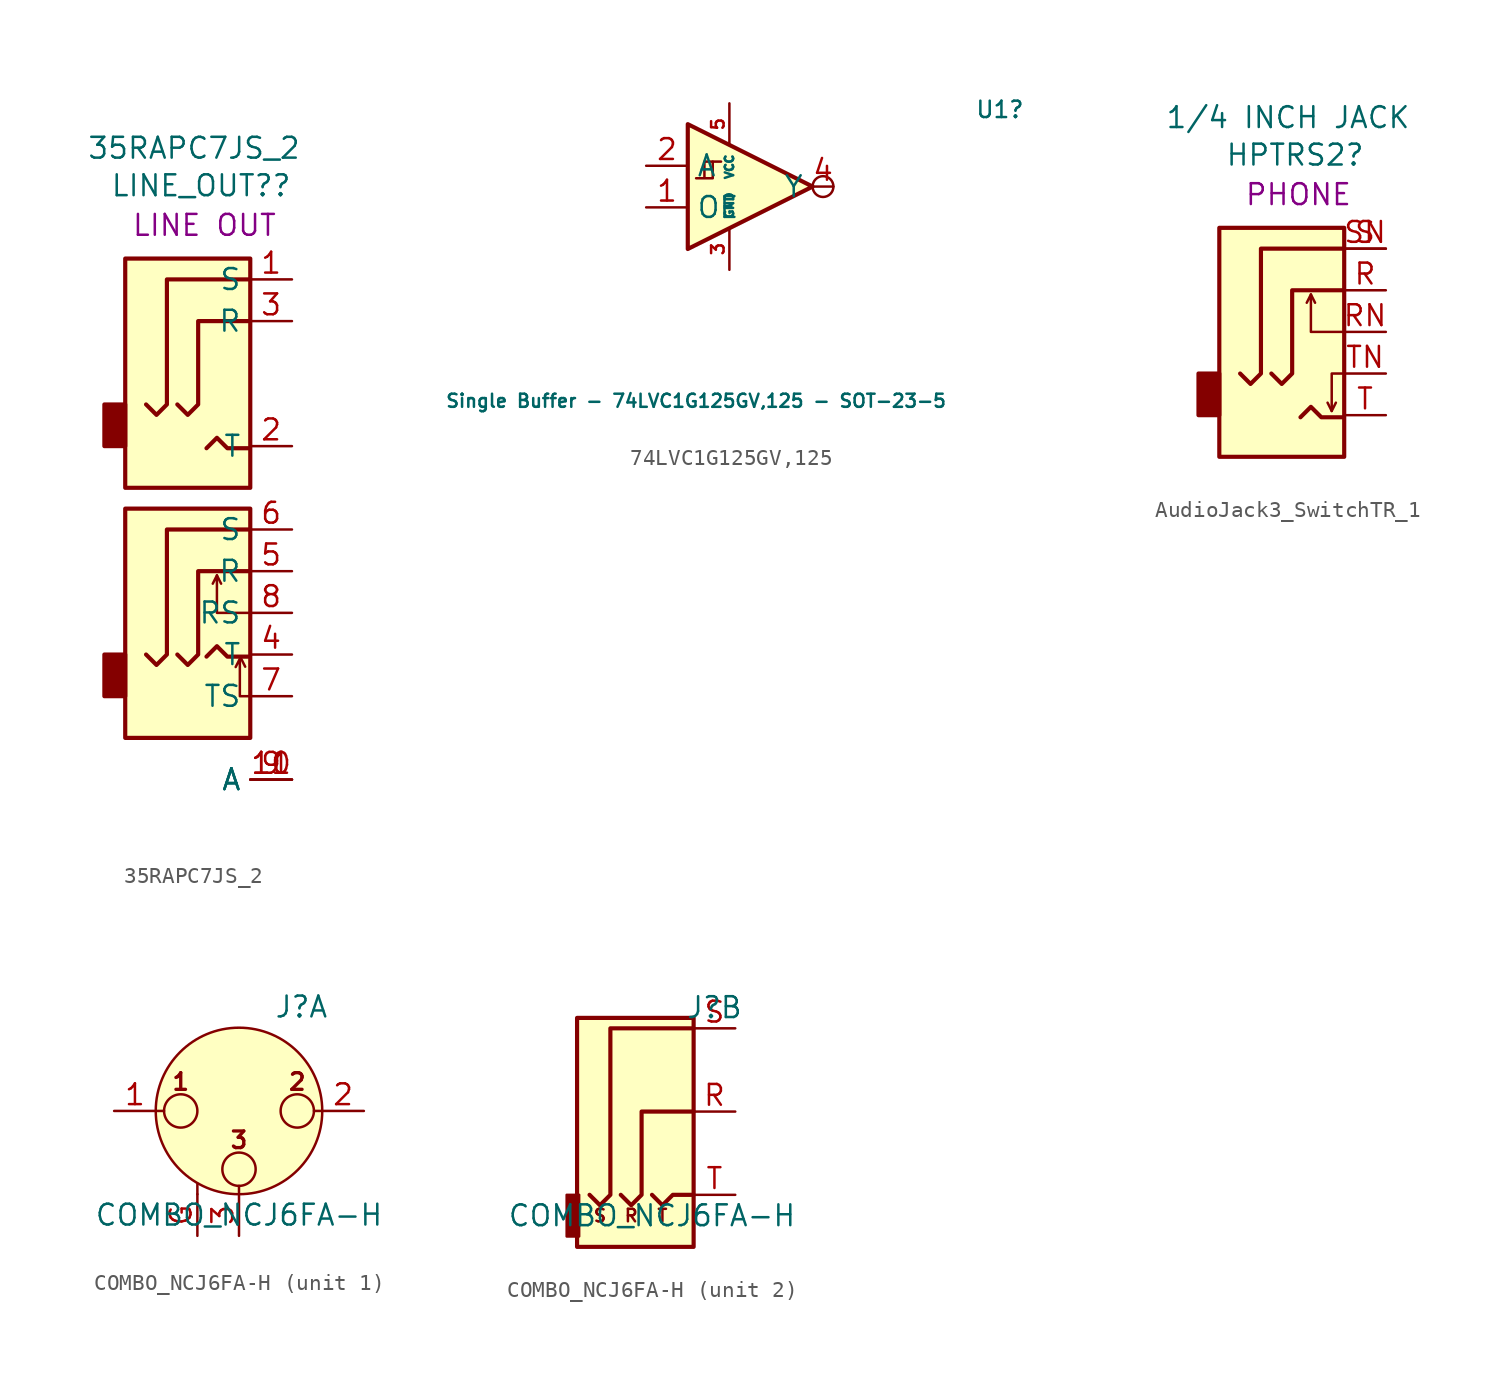
<source format=kicad_sym>
(kicad_symbol_lib
  (version 20241209)
  (generator "kicad_symbol_editor")
  (generator_version "9.0")
  (symbol "35RAPC7JS_2"
    (property "Reference" "LINE_OUT?"
      (at -0.457 8.255 0)
      (effects (font (size 1.27 1.27))))
    (property "Value" "35RAPC7JS_2"
      (at -0.889 10.541 0)
      (effects (font (size 1.27 1.27))))
    (property "Label" "LINE OUT"
      (at -0.254 5.842 0)
      (effects (font (size 1.27 1.27))))
    (symbol "35RAPC7JS_2_0_1"
      (rectangle (start -5.08 -5.08) (end -6.35 -7.62) (stroke (width 0.254) (type default)) (fill (type outline)))
      (rectangle (start -5.08 -20.32) (end -6.35 -22.86) (stroke (width 0.254) (type default)) (fill (type outline)))
      (polyline (pts (xy -1.905 -5.08) (xy -1.27 -5.715) (xy -0.635 -5.08) (xy -0.635 0) (xy 2.54 0)) (stroke (width 0.254) (type default)) (fill (type none)))
      (polyline (pts (xy -1.905 -20.32) (xy -1.27 -20.955) (xy -0.635 -20.32) (xy -0.635 -15.24) (xy 2.54 -15.24)) (stroke (width 0.254) (type default)) (fill (type none)))
      (polyline (pts (xy 0.508 -15.494) (xy 0.762 -16.002)) (stroke (width 0) (type default)) (fill (type none)))
      (polyline (pts (xy 2.23 -21.061) (xy 1.976 -20.553)) (stroke (width 0) (type default)) (fill (type none)))
      (polyline (pts (xy 2.413 -7.747) (xy 1.143 -7.747) (xy 0.508 -7.112) (xy -0.127 -7.747)) (stroke (width 0.254) (type default)) (fill (type none)))
      (polyline (pts (xy 2.413 -20.447) (xy 1.143 -20.447) (xy 0.508 -19.812) (xy -0.127 -20.447)) (stroke (width 0.254) (type default)) (fill (type none)))
      (rectangle (start 2.54 3.81) (end -5.08 -10.16) (stroke (width 0.254) (type default)) (fill (type background)))
      (polyline (pts (xy 2.54 2.54) (xy -2.54 2.54) (xy -2.54 -5.08) (xy -3.175 -5.715) (xy -3.81 -5.08)) (stroke (width 0.254) (type default)) (fill (type none)))
      (rectangle (start 2.54 -11.43) (end -5.08 -25.4) (stroke (width 0.254) (type default)) (fill (type background)))
      (polyline (pts (xy 2.54 -12.7) (xy -2.54 -12.7) (xy -2.54 -20.32) (xy -3.175 -20.955) (xy -3.81 -20.32)) (stroke (width 0.254) (type default)) (fill (type none)))
      (polyline (pts (xy 2.54 -17.78) (xy 0.508 -17.78) (xy 0.508 -15.494) (xy 0.254 -16.002)) (stroke (width 0) (type default)) (fill (type none)))
      (polyline (pts (xy 2.54 -22.86) (xy 1.905 -22.86) (xy 1.905 -20.574) (xy 1.651 -21.082)) (stroke (width 0) (type default)) (fill (type none))))
    (symbol "35RAPC7JS_2_1_1"
      (pin passive line (at 5.08 2.54 180) (length 2.54) (name "S" (effects (font (size 1.27 1.27)))) (number "1" (effects (font (size 1.27 1.27)))))
      (pin passive line (at 5.08 0 180) (length 2.54) (name "R" (effects (font (size 1.27 1.27)))) (number "3" (effects (font (size 1.27 1.27)))))
      (pin passive line (at 5.08 -7.62 180) (length 2.54) (name "T" (effects (font (size 1.27 1.27)))) (number "2" (effects (font (size 1.27 1.27)))))
      (pin passive line (at 5.08 -12.7 180) (length 2.54) (name "S" (effects (font (size 1.27 1.27)))) (number "6" (effects (font (size 1.27 1.27)))))
      (pin passive line (at 5.08 -15.24 180) (length 2.54) (name "R" (effects (font (size 1.27 1.27)))) (number "5" (effects (font (size 1.27 1.27)))))
      (pin passive line (at 5.08 -17.78 180) (length 2.54) (name "RS" (effects (font (size 1.27 1.27)))) (number "8" (effects (font (size 1.27 1.27)))))
      (pin passive line (at 5.08 -20.32 180) (length 2.54) (name "T" (effects (font (size 1.27 1.27)))) (number "4" (effects (font (size 1.27 1.27)))))
      (pin passive line (at 5.08 -22.86 180) (length 2.54) (name "TS" (effects (font (size 1.27 1.27)))) (number "7" (effects (font (size 1.27 1.27)))))
      (pin passive line (at 5.08 -27.94 180) (length 2.54) (name "A" (effects (font (size 1.27 1.27)))) (number "10" (effects (font (size 1.27 1.27)))))
      (pin passive line (at 5.08 -27.94 180) (length 2.54) (name "A" (effects (font (size 1.27 1.27)))) (number "11" (effects (font (size 1.27 1.27)))))
      (pin passive line (at 5.08 -27.94 180) (length 2.54) (name "A" (effects (font (size 1.27 1.27)))) (number "9" (effects (font (size 1.27 1.27)))))))
  (symbol "74LVC1G125GV,125"
    (property "Reference" "U1"
      (at 16.51 4.699 0)
      (effects (font (size 1 1))))
    (property "Value" "Single Buffer - 74LVC1G125GV,125 - SOT-23-5"
      (at -2.032 -13.081 0)
      (effects (font (size 0.8 0.8))))
    (symbol "74LVC1G125GV,125_0_1"
      (polyline (pts (xy -2.54 3.81) (xy -2.54 -3.81) (xy 5.08 0) (xy -2.54 3.81)) (stroke (width 0.254) (type default)) (fill (type background)))
      (polyline (pts (xy -1.524 0.508) (xy -1.524 1.524) (xy -1.016 1.524) (xy -1.016 0.508) (xy -2.032 0.508)) (stroke (width 0) (type default)) (fill (type none)))
      (polyline (pts (xy -1.016 1.524) (xy -0.508 1.524)) (stroke (width 0) (type default)) (fill (type none)))
      (circle (center 5.715 0) (radius 0.635) (stroke (width 0) (type default)) (fill (type none))))
    (symbol "74LVC1G125GV,125_1_1"
      (pin input line (at -5.08 1.27 0) (length 2.54) (name "A" (effects (font (size 1.27 1.27)))) (number "2" (effects (font (size 1.27 1.27)))))
      (pin input line (at -5.08 -1.27 0) (length 2.54) (name "OE" (effects (font (size 1.27 1.27)))) (number "1" (effects (font (size 1.27 1.27)))))
      (pin power_in line (at 0 5.08 270) (length 2.54) (name "VCC" (effects (font (size 0.508 0.508)))) (number "5" (effects (font (size 0.762 0.762)))))
      (pin power_in line (at 0 -5.08 90) (length 2.54) (name "GND" (effects (font (size 0.508 0.508)))) (number "3" (effects (font (size 0.762 0.762)))))
      (pin output line (at 6.35 0 180) (length 1.27) (name "Y" (effects (font (size 1.27 1.27)))) (number "4" (effects (font (size 1.27 1.27)))))))
  (symbol "AudioJack3_SwitchTR_1"
    (property "Reference" "HPTRS2"
      (at -0.457 8.255 0)
      (effects (font (size 1.27 1.27))))
    (property "Value" "1/4 INCH JACK"
      (at -0.889 10.541 0)
      (effects (font (size 1.27 1.27))))
    (property "Label" "PHONE"
      (at -0.254 5.842 0)
      (effects (font (size 1.27 1.27))))
    (symbol "AudioJack3_SwitchTR_1_0_1"
      (rectangle (start -5.08 -5.08) (end -6.35 -7.62) (stroke (width 0.254) (type default)) (fill (type outline)))
      (polyline (pts (xy -1.905 -5.08) (xy -1.27 -5.715) (xy -0.635 -5.08) (xy -0.635 0) (xy 2.54 0)) (stroke (width 0.254) (type default)) (fill (type none)))
      (polyline (pts (xy 0.508 -0.254) (xy 0.762 -0.762)) (stroke (width 0) (type default)) (fill (type none)))
      (polyline (pts (xy 1.524 -6.858) (xy 1.778 -7.366)) (stroke (width 0) (type default)) (fill (type none)))
      (polyline (pts (xy 2.413 -5.08) (xy 1.778 -5.08) (xy 1.778 -7.366) (xy 2.032 -6.858)) (stroke (width 0) (type default)) (fill (type none)))
      (polyline (pts (xy 2.413 -7.747) (xy 1.143 -7.747) (xy 0.508 -7.112) (xy -0.127 -7.747)) (stroke (width 0.254) (type default)) (fill (type none)))
      (rectangle (start 2.54 3.81) (end -5.08 -10.16) (stroke (width 0.254) (type default)) (fill (type background)))
      (polyline (pts (xy 2.54 2.54) (xy -2.54 2.54) (xy -2.54 -5.08) (xy -3.175 -5.715) (xy -3.81 -5.08)) (stroke (width 0.254) (type default)) (fill (type none)))
      (polyline (pts (xy 2.54 -2.54) (xy 0.508 -2.54) (xy 0.508 -0.254) (xy 0.254 -0.762)) (stroke (width 0) (type default)) (fill (type none))))
    (symbol "AudioJack3_SwitchTR_1_1_1"
      (pin passive line (at 5.08 2.54 180) (length 2.54) (name "~" (effects (font (size 1.27 1.27)))) (number "S" (effects (font (size 1.27 1.27)))))
      (pin passive line (at 5.08 2.54 180) (length 2.54) (name "~" (effects (font (size 1.27 1.27)))) (number "SN" (effects (font (size 1.27 1.27)))))
      (pin passive line (at 5.08 0 180) (length 2.54) (name "~" (effects (font (size 1.27 1.27)))) (number "R" (effects (font (size 1.27 1.27)))))
      (pin passive line (at 5.08 -2.54 180) (length 2.54) (name "~" (effects (font (size 1.27 1.27)))) (number "RN" (effects (font (size 1.27 1.27)))))
      (pin passive line (at 5.08 -5.08 180) (length 2.54) (name "~" (effects (font (size 1.27 1.27)))) (number "TN" (effects (font (size 1.27 1.27)))))
      (pin passive line (at 5.08 -7.62 180) (length 2.54) (name "~" (effects (font (size 1.27 1.27)))) (number "T" (effects (font (size 1.27 1.27)))))))
  (symbol "COMBO_NCJ6FA-H"
    (pin_names
      (hide yes))
    (property "Reference" "J"
      (at 3.81 6.35 0)
      (effects (font (size 1.27 1.27))))
    (property "Value" "COMBO_NCJ6FA-H"
      (at 0 -6.35 0)
      (effects (font (size 1.27 1.27))))
    (symbol "COMBO_NCJ6FA-H_1_1"
      (polyline (pts (xy -5.08 0) (xy -4.572 0)) (stroke (width 0) (type default)) (fill (type none)))
      (circle (center -3.556 0) (radius 1.016) (stroke (width 0) (type default)) (fill (type none)))
      (polyline (pts (xy -2.54 -5.08) (xy -2.54 -4.445)) (stroke (width 0) (type default)) (fill (type none)))
      (circle (center 0 0) (radius 5.08) (stroke (width 0) (type default)) (fill (type background)))
      (circle (center 0 -3.556) (radius 1.016) (stroke (width 0) (type default)) (fill (type none)))
      (polyline (pts (xy 0 -5.08) (xy 0 -4.572)) (stroke (width 0) (type default)) (fill (type none)))
      (circle (center 3.556 0) (radius 1.016) (stroke (width 0) (type default)) (fill (type none)))
      (polyline (pts (xy 5.08 0) (xy 4.572 0)) (stroke (width 0) (type default)) (fill (type none)))
      (text "1" (at -3.556 1.778 0) (effects (font (size 1.016 1.016) (bold yes))))
      (text "3" (at 0 -1.778 0) (effects (font (size 1.016 1.016) (bold yes))))
      (text "2" (at 3.556 1.778 0) (effects (font (size 1.016 1.016) (bold yes))))
      (pin passive line (at -7.62 0 0) (length 2.54) (name "~" (effects (font (size 1.27 1.27)))) (number "1" (effects (font (size 1.27 1.27)))))
      (pin passive line (at -2.54 -7.62 90) (length 2.54) (name "~" (effects (font (size 1.27 1.27)))) (number "G" (effects (font (size 1.27 1.27)))))
      (pin passive line (at 0 -7.62 90) (length 2.54) (name "~" (effects (font (size 1.27 1.27)))) (number "3" (effects (font (size 1.27 1.27)))))
      (pin passive line (at 7.62 0 180) (length 2.54) (name "~" (effects (font (size 1.27 1.27)))) (number "2" (effects (font (size 1.27 1.27))))))
    (symbol "COMBO_NCJ6FA-H_2_0"
      (text "S" (at -3.175 -6.35 0) (effects (font (size 0.762 0.762))))
      (text "R" (at -1.27 -6.35 0) (effects (font (size 0.762 0.762))))
      (text "T" (at 0.635 -6.35 0) (effects (font (size 0.762 0.762)))))
    (symbol "COMBO_NCJ6FA-H_2_1"
      (rectangle (start -4.445 -7.62) (end -5.207 -5.08) (stroke (width 0) (type default)) (fill (type outline)))
      (polyline (pts (xy -1.905 -5.08) (xy -1.27 -5.715) (xy -0.635 -5.08) (xy -0.635 0) (xy 2.54 0)) (stroke (width 0.254) (type default)) (fill (type none)))
      (polyline (pts (xy 0 -5.08) (xy 0.635 -5.715) (xy 1.27 -5.08) (xy 2.54 -5.08)) (stroke (width 0.254) (type default)) (fill (type none)))
      (polyline (pts (xy 2.54 5.08) (xy -2.54 5.08) (xy -2.54 -5.08) (xy -3.175 -5.715) (xy -3.81 -5.08)) (stroke (width 0.254) (type default)) (fill (type none)))
      (rectangle (start 2.54 -8.255) (end -4.572 5.715) (stroke (width 0.254) (type default)) (fill (type background)))
      (pin passive line (at 5.08 5.08 180) (length 2.54) (name "~" (effects (font (size 1.27 1.27)))) (number "S" (effects (font (size 1.27 1.27)))))
      (pin passive line (at 5.08 0 180) (length 2.54) (name "~" (effects (font (size 1.27 1.27)))) (number "R" (effects (font (size 1.27 1.27)))))
      (pin passive line (at 5.08 -5.08 180) (length 2.54) (name "~" (effects (font (size 1.27 1.27)))) (number "T" (effects (font (size 1.27 1.27))))))))
</source>
